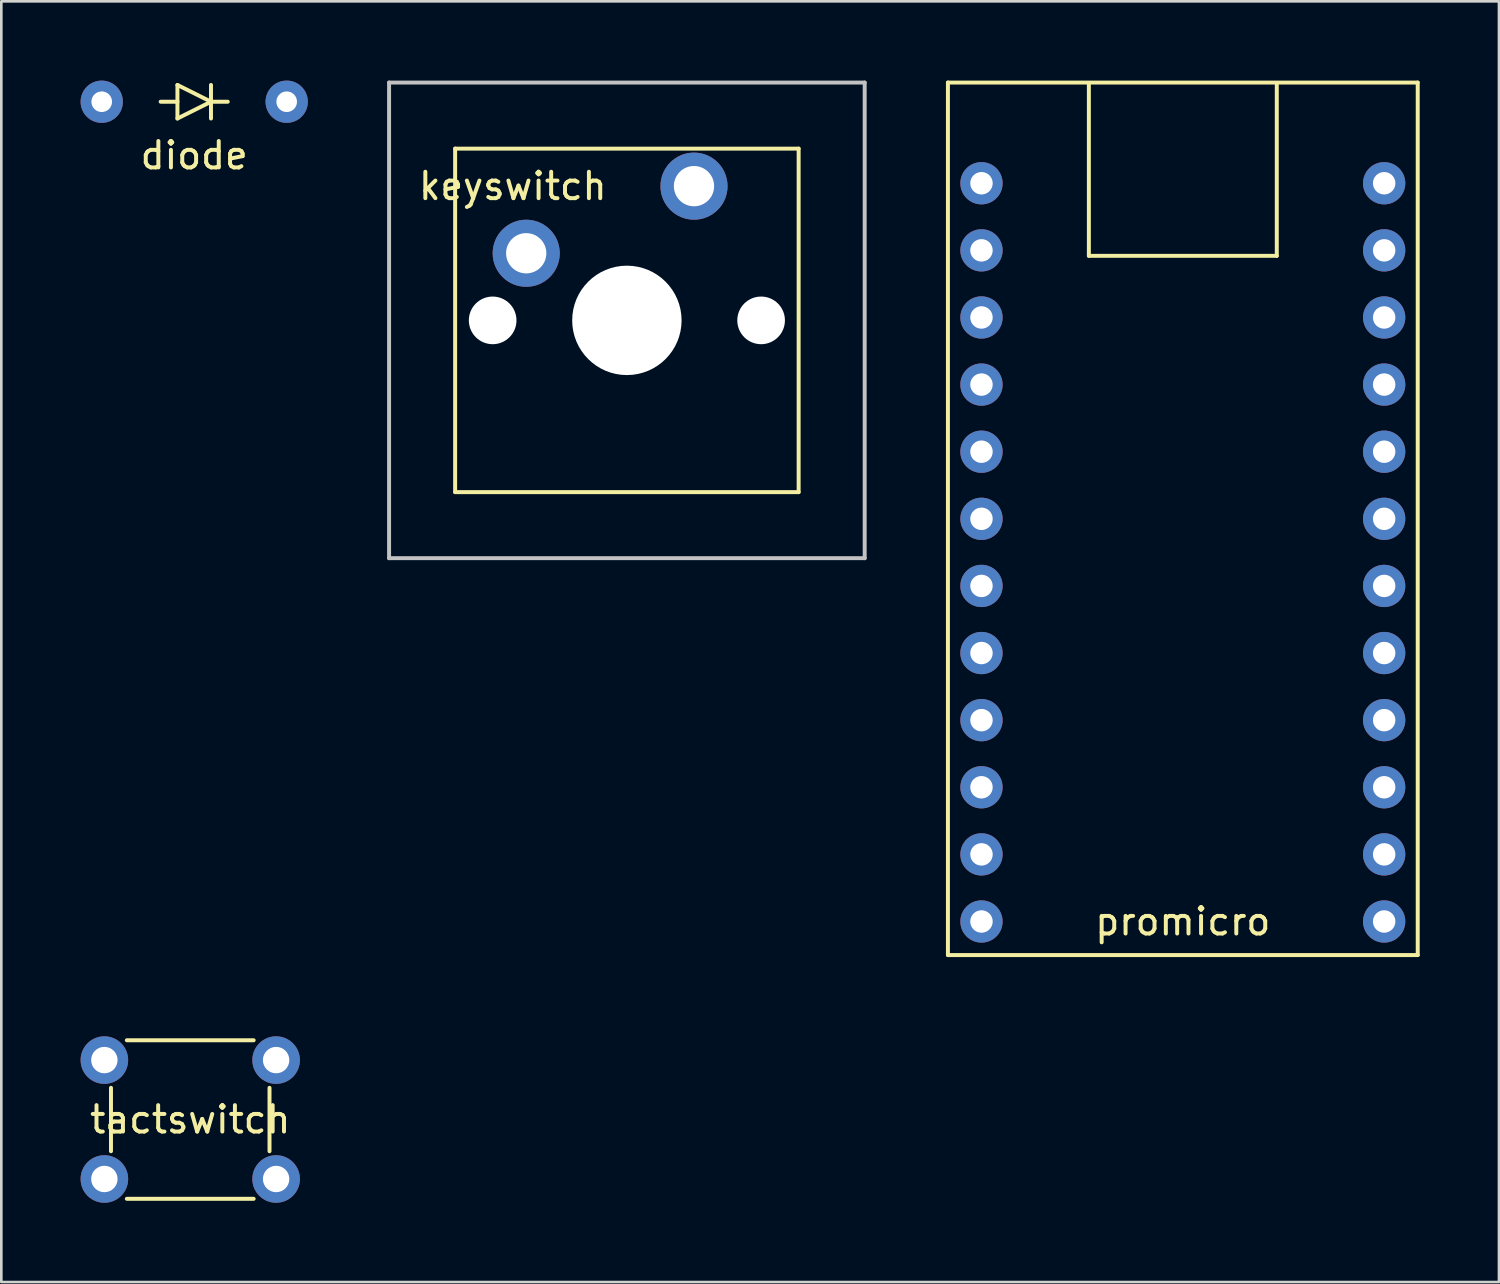
<source format=kicad_pcb>
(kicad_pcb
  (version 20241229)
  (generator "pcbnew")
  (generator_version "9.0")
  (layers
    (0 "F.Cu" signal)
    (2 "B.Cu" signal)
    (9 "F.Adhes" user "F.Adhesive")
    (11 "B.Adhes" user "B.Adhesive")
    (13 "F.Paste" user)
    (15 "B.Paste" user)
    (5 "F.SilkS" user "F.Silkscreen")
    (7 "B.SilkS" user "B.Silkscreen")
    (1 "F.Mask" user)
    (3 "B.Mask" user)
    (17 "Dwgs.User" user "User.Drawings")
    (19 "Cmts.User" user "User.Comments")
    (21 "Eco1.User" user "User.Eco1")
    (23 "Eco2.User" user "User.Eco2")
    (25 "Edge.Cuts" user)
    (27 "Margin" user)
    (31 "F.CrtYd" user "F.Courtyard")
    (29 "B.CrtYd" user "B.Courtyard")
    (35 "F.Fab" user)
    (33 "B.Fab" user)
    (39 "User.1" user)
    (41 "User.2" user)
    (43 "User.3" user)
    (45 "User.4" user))
  (footprint "keyswitch"
    (layer "F.Cu")
    (at 20.675 9.075)
    (property "Reference" "keyswitch" (at -4.318 -5.08 0) (layer "F.SilkS") (effects (font (size 1 1) (thickness 0.15))))
    (attr through_hole)
    (fp_line (start -6.5 -6.5) (end 6.5 -6.5) (stroke (width 0.15) (type solid)) (layer "F.SilkS"))
    (fp_line (start -6.5 6.5) (end -6.5 -6.5) (stroke (width 0.15) (type solid)) (layer "F.SilkS"))
    (fp_line (start 6.5 -6.5) (end 6.5 6.5) (stroke (width 0.15) (type solid)) (layer "F.SilkS"))
    (fp_line (start 6.5 6.5) (end -6.5 6.5) (stroke (width 0.15) (type solid)) (layer "F.SilkS"))
    (fp_line (start -9 -9) (end 9 -9) (stroke (width 0.15) (type solid)) (layer "Dwgs.User"))
    (fp_line (start -9 9) (end -9 -9) (stroke (width 0.15) (type solid)) (layer "Dwgs.User"))
    (fp_line (start 9 -9) (end 9 9) (stroke (width 0.15) (type solid)) (layer "Dwgs.User"))
    (fp_line (start 9 9) (end -9 9) (stroke (width 0.15) (type solid)) (layer "Dwgs.User"))
    (pad "" np_thru_hole circle (at -5.08 0) (size 1.803 1.803) (drill 1.803) (layers "*.Cu" "*.Mask"))
    (pad "" np_thru_hole circle (at 0 0) (size 4.14 4.14) (drill 4.14) (layers "*.Cu" "*.Mask"))
    (pad "" np_thru_hole circle (at 5.08 0) (size 1.803 1.803) (drill 1.803) (layers "*.Cu" "*.Mask"))
    (pad "1" thru_hole circle (at -3.81 -2.54) (size 2.54 2.54) (drill 1.524) (layers "*.Cu" "*.Mask"))
    (pad "2" thru_hole circle (at 2.54 -5.08) (size 2.54 2.54) (drill 1.524) (layers "*.Cu" "*.Mask")))
  (footprint "tactswitch"
    (layer "F.Cu")
    (at 4.15 39.32)
    (property "Reference" "tactswitch" (at 0 0 0) (layer "F.SilkS") (effects (font (size 1 1) (thickness 0.15))))
    (attr through_hole)
    (fp_line (start -3 -1.2) (end -3 1.2) (stroke (width 0.15) (type solid)) (layer "F.SilkS"))
    (fp_line (start -2.4 3) (end 2.4 3) (stroke (width 0.15) (type solid)) (layer "F.SilkS"))
    (fp_line (start 2.4 -3) (end -2.4 -3) (stroke (width 0.15) (type solid)) (layer "F.SilkS"))
    (fp_line (start 3 1.2) (end 3 -1.2) (stroke (width 0.15) (type solid)) (layer "F.SilkS"))
    (pad "1" thru_hole circle (at -3.25 -2.25) (size 1.8 1.8) (drill 1) (layers "*.Cu" "*.Mask"))
    (pad "2" thru_hole circle (at -3.25 2.25) (size 1.8 1.8) (drill 1) (layers "*.Cu" "*.Mask"))
    (pad "3" thru_hole circle (at 3.25 2.25) (size 1.8 1.8) (drill 1) (layers "*.Cu" "*.Mask"))
    (pad "4" thru_hole circle (at 3.25 -2.25) (size 1.8 1.8) (drill 1) (layers "*.Cu" "*.Mask")))
  (footprint "diode"
    (layer "F.Cu")
    (at 4.3 0.8)
    (property "Reference" "diode" (at 0 2.032 0) (layer "F.SilkS") (effects (font (size 1 1) (thickness 0.15))))
    (attr through_hole)
    (fp_line (start -0.635 -0.635) (end 0.635 0) (stroke (width 0.15) (type solid)) (layer "F.SilkS"))
    (fp_line (start -0.635 0) (end -1.27 0) (stroke (width 0.15) (type solid)) (layer "F.SilkS"))
    (fp_line (start -0.635 0.635) (end -0.635 -0.635) (stroke (width 0.15) (type solid)) (layer "F.SilkS"))
    (fp_line (start 0.635 -0.635) (end 0.635 0.635) (stroke (width 0.15) (type solid)) (layer "F.SilkS"))
    (fp_line (start 0.635 0) (end -0.635 0.635) (stroke (width 0.15) (type solid)) (layer "F.SilkS"))
    (fp_line (start 0.635 0) (end 1.27 0) (stroke (width 0.15) (type solid)) (layer "F.SilkS"))
    (pad "1" thru_hole circle (at -3.5 0) (size 1.6 1.6) (drill 0.78) (layers "*.Cu" "*.Mask"))
    (pad "2" thru_hole circle (at 3.5 0) (size 1.6 1.6) (drill 0.78) (layers "*.Cu" "*.Mask")))
  (footprint "promicro"
    (layer "F.Cu")
    (at 41.715 16.585)
    (property "Reference" "promicro" (at 0 15.24 0) (layer "F.SilkS") (effects (font (size 1 1) (thickness 0.15))))
    (attr through_hole)
    (fp_line (start -8.89 -16.51) (end 8.89 -16.51) (stroke (width 0.15) (type solid)) (layer "F.SilkS"))
    (fp_line (start -8.89 16.51) (end -8.89 -16.51) (stroke (width 0.15) (type solid)) (layer "F.SilkS"))
    (fp_line (start -3.556 -16.429) (end -3.556 -9.952) (stroke (width 0.15) (type solid)) (layer "F.SilkS"))
    (fp_line (start -3.556 -9.952) (end 3.556 -9.952) (stroke (width 0.15) (type solid)) (layer "F.SilkS"))
    (fp_line (start 3.556 -9.952) (end 3.556 -16.429) (stroke (width 0.15) (type solid)) (layer "F.SilkS"))
    (fp_line (start 8.89 -16.51) (end 8.89 16.51) (stroke (width 0.15) (type solid)) (layer "F.SilkS"))
    (fp_line (start 8.89 16.51) (end -8.89 16.51) (stroke (width 0.15) (type solid)) (layer "F.SilkS"))
    (pad "1" thru_hole circle (at -7.62 -12.7) (size 1.6 1.6) (drill 0.85) (layers "*.Cu" "*.Mask"))
    (pad "2" thru_hole circle (at -7.62 -10.16) (size 1.6 1.6) (drill 0.85) (layers "*.Cu" "*.Mask"))
    (pad "3" thru_hole circle (at -7.62 -7.62) (size 1.6 1.6) (drill 0.85) (layers "*.Cu" "*.Mask"))
    (pad "4" thru_hole circle (at -7.62 -5.08) (size 1.6 1.6) (drill 0.85) (layers "*.Cu" "*.Mask"))
    (pad "5" thru_hole circle (at -7.62 -2.54) (size 1.6 1.6) (drill 0.85) (layers "*.Cu" "*.Mask"))
    (pad "6" thru_hole circle (at -7.62 0) (size 1.6 1.6) (drill 0.85) (layers "*.Cu" "*.Mask"))
    (pad "7" thru_hole circle (at -7.62 2.54) (size 1.6 1.6) (drill 0.85) (layers "*.Cu" "*.Mask"))
    (pad "8" thru_hole circle (at -7.62 5.08) (size 1.6 1.6) (drill 0.85) (layers "*.Cu" "*.Mask"))
    (pad "9" thru_hole circle (at -7.62 7.62) (size 1.6 1.6) (drill 0.85) (layers "*.Cu" "*.Mask"))
    (pad "10" thru_hole circle (at -7.62 10.16) (size 1.6 1.6) (drill 0.85) (layers "*.Cu" "*.Mask"))
    (pad "11" thru_hole circle (at -7.62 12.7) (size 1.6 1.6) (drill 0.85) (layers "*.Cu" "*.Mask"))
    (pad "12" thru_hole circle (at -7.62 15.24) (size 1.6 1.6) (drill 0.85) (layers "*.Cu" "*.Mask"))
    (pad "13" thru_hole circle (at 7.62 15.24) (size 1.6 1.6) (drill 0.85) (layers "*.Cu" "*.Mask"))
    (pad "14" thru_hole circle (at 7.62 12.7) (size 1.6 1.6) (drill 0.85) (layers "*.Cu" "*.Mask"))
    (pad "15" thru_hole circle (at 7.62 10.16) (size 1.6 1.6) (drill 0.85) (layers "*.Cu" "*.Mask"))
    (pad "16" thru_hole circle (at 7.62 7.62) (size 1.6 1.6) (drill 0.85) (layers "*.Cu" "*.Mask"))
    (pad "17" thru_hole circle (at 7.62 5.08) (size 1.6 1.6) (drill 0.85) (layers "*.Cu" "*.Mask"))
    (pad "18" thru_hole circle (at 7.62 2.54) (size 1.6 1.6) (drill 0.85) (layers "*.Cu" "*.Mask"))
    (pad "19" thru_hole circle (at 7.62 0) (size 1.6 1.6) (drill 0.85) (layers "*.Cu" "*.Mask"))
    (pad "20" thru_hole circle (at 7.62 -2.54) (size 1.6 1.6) (drill 0.85) (layers "*.Cu" "*.Mask"))
    (pad "21" thru_hole circle (at 7.62 -5.08) (size 1.6 1.6) (drill 0.85) (layers "*.Cu" "*.Mask"))
    (pad "22" thru_hole circle (at 7.62 -7.62) (size 1.6 1.6) (drill 0.85) (layers "*.Cu" "*.Mask"))
    (pad "23" thru_hole circle (at 7.62 -10.16) (size 1.6 1.6) (drill 0.85) (layers "*.Cu" "*.Mask"))
    (pad "24" thru_hole circle (at 7.62 -12.7) (size 1.6 1.6) (drill 0.85) (layers "*.Cu" "*.Mask")))
  (gr_rect
    (start -3 -3)
    (end 53.68 45.47)
    (stroke (width 0.1) (type default))
    (fill no)
    (layer "Edge.Cuts")))
</source>
